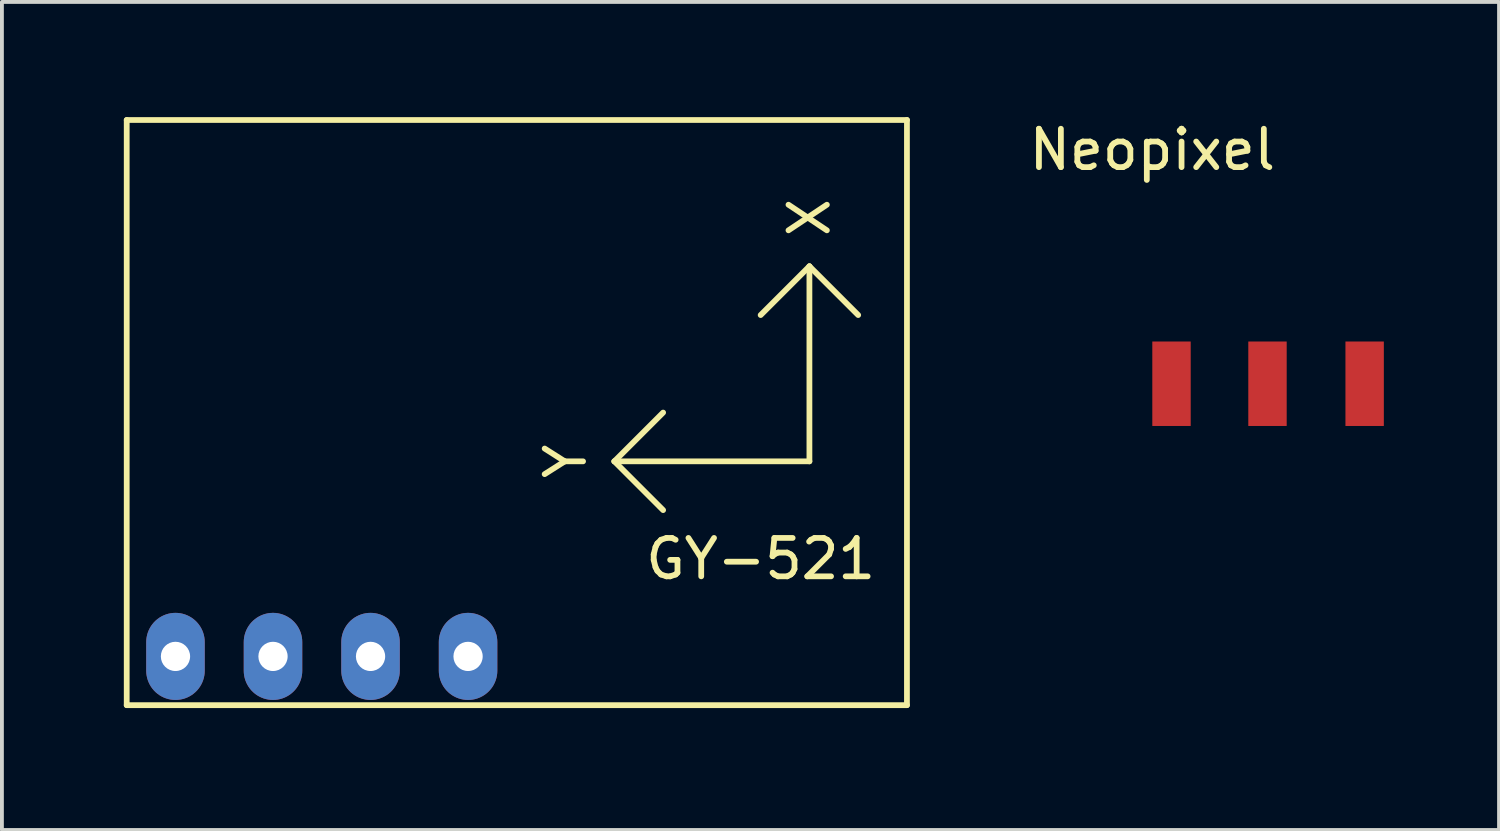
<source format=kicad_pcb>
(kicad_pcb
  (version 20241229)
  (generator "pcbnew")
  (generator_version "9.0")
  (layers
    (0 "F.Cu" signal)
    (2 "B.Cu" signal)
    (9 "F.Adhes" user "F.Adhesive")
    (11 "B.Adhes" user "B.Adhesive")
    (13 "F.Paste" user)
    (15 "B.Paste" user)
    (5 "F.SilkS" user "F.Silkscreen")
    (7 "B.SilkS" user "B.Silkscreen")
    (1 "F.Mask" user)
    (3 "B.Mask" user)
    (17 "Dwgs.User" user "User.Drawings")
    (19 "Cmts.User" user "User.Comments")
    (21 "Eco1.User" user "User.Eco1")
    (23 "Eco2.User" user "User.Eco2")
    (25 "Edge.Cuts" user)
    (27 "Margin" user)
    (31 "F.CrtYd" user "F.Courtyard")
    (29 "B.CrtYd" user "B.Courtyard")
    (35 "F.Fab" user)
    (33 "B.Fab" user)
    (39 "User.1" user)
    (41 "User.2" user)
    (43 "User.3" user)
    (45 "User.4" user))
  (footprint "GY-521"
    (layer "F.Cu")
    (at 0.25 15.315)
    (property "Reference" "GY-521" (at 16.51 -3.81 0) (layer "F.SilkS") (effects (font (size 1 1) (thickness 0.15))))
    (attr through_hole)
    (fp_line (start 0 -15.24) (end 20.32 -15.24) (stroke (width 0.15) (type solid)) (layer "F.SilkS"))
    (fp_line (start 0 0) (end 0 -15.24) (stroke (width 0.15) (type solid)) (layer "F.SilkS"))
    (fp_line (start 12.7 -6.35) (end 13.97 -5.08) (stroke (width 0.15) (type solid)) (layer "F.SilkS"))
    (fp_line (start 13.97 -7.62) (end 12.7 -6.35) (stroke (width 0.15) (type solid)) (layer "F.SilkS"))
    (fp_line (start 16.51 -10.16) (end 17.78 -11.43) (stroke (width 0.15) (type solid)) (layer "F.SilkS"))
    (fp_line (start 17.78 -11.43) (end 17.78 -6.35) (stroke (width 0.15) (type solid)) (layer "F.SilkS"))
    (fp_line (start 17.78 -11.43) (end 19.05 -10.16) (stroke (width 0.15) (type solid)) (layer "F.SilkS"))
    (fp_line (start 17.78 -6.35) (end 12.7 -6.35) (stroke (width 0.15) (type solid)) (layer "F.SilkS"))
    (fp_line (start 20.32 -15.24) (end 20.32 0) (stroke (width 0.15) (type solid)) (layer "F.SilkS"))
    (fp_line (start 20.32 0) (end 0 0) (stroke (width 0.15) (type solid)) (layer "F.SilkS"))
    (fp_text user "X" (at 17.78 -12.7 90) (layer "F.SilkS") (effects (font (size 1 1) (thickness 0.15))))
    (fp_text user "Y" (at 11.43 -6.35 90) (layer "F.SilkS") (effects (font (size 1 1) (thickness 0.15))))
    (pad "1" thru_hole oval (at 1.27 -1.27) (size 1.524 2.268) (drill 0.762) (layers "*.Cu" "*.Mask"))
    (pad "2" thru_hole oval (at 3.81 -1.27) (size 1.524 2.268) (drill 0.762) (layers "*.Cu" "*.Mask"))
    (pad "3" thru_hole oval (at 6.35 -1.27) (size 1.524 2.268) (drill 0.762) (layers "*.Cu" "*.Mask"))
    (pad "4" thru_hole oval (at 8.89 -1.27) (size 1.524 2.268) (drill 0.762) (layers "*.Cu" "*.Mask")))
  (footprint "Neopixel"
    (layer "F.Cu")
    (at 26.96 6.944)
    (property "Reference" "Neopixel" (at 0 -6.096 0) (layer "F.SilkS") (effects (font (size 1 1) (thickness 0.15))))
    (attr through_hole)
    (pad "" smd rect (at 0.5 0) (size 1 2.2) (layers "F.Cu" "F.Mask" "F.Paste"))
    (pad "" smd rect (at 3 0) (size 1 2.2) (layers "F.Cu" "F.Mask" "F.Paste"))
    (pad "" smd rect (at 5.53 0) (size 1 2.2) (layers "F.Cu" "F.Mask" "F.Paste")))
  (gr_rect
    (start -3 -3)
    (end 35.99 18.565)
    (stroke (width 0.1) (type default))
    (fill no)
    (layer "Edge.Cuts")))
</source>
